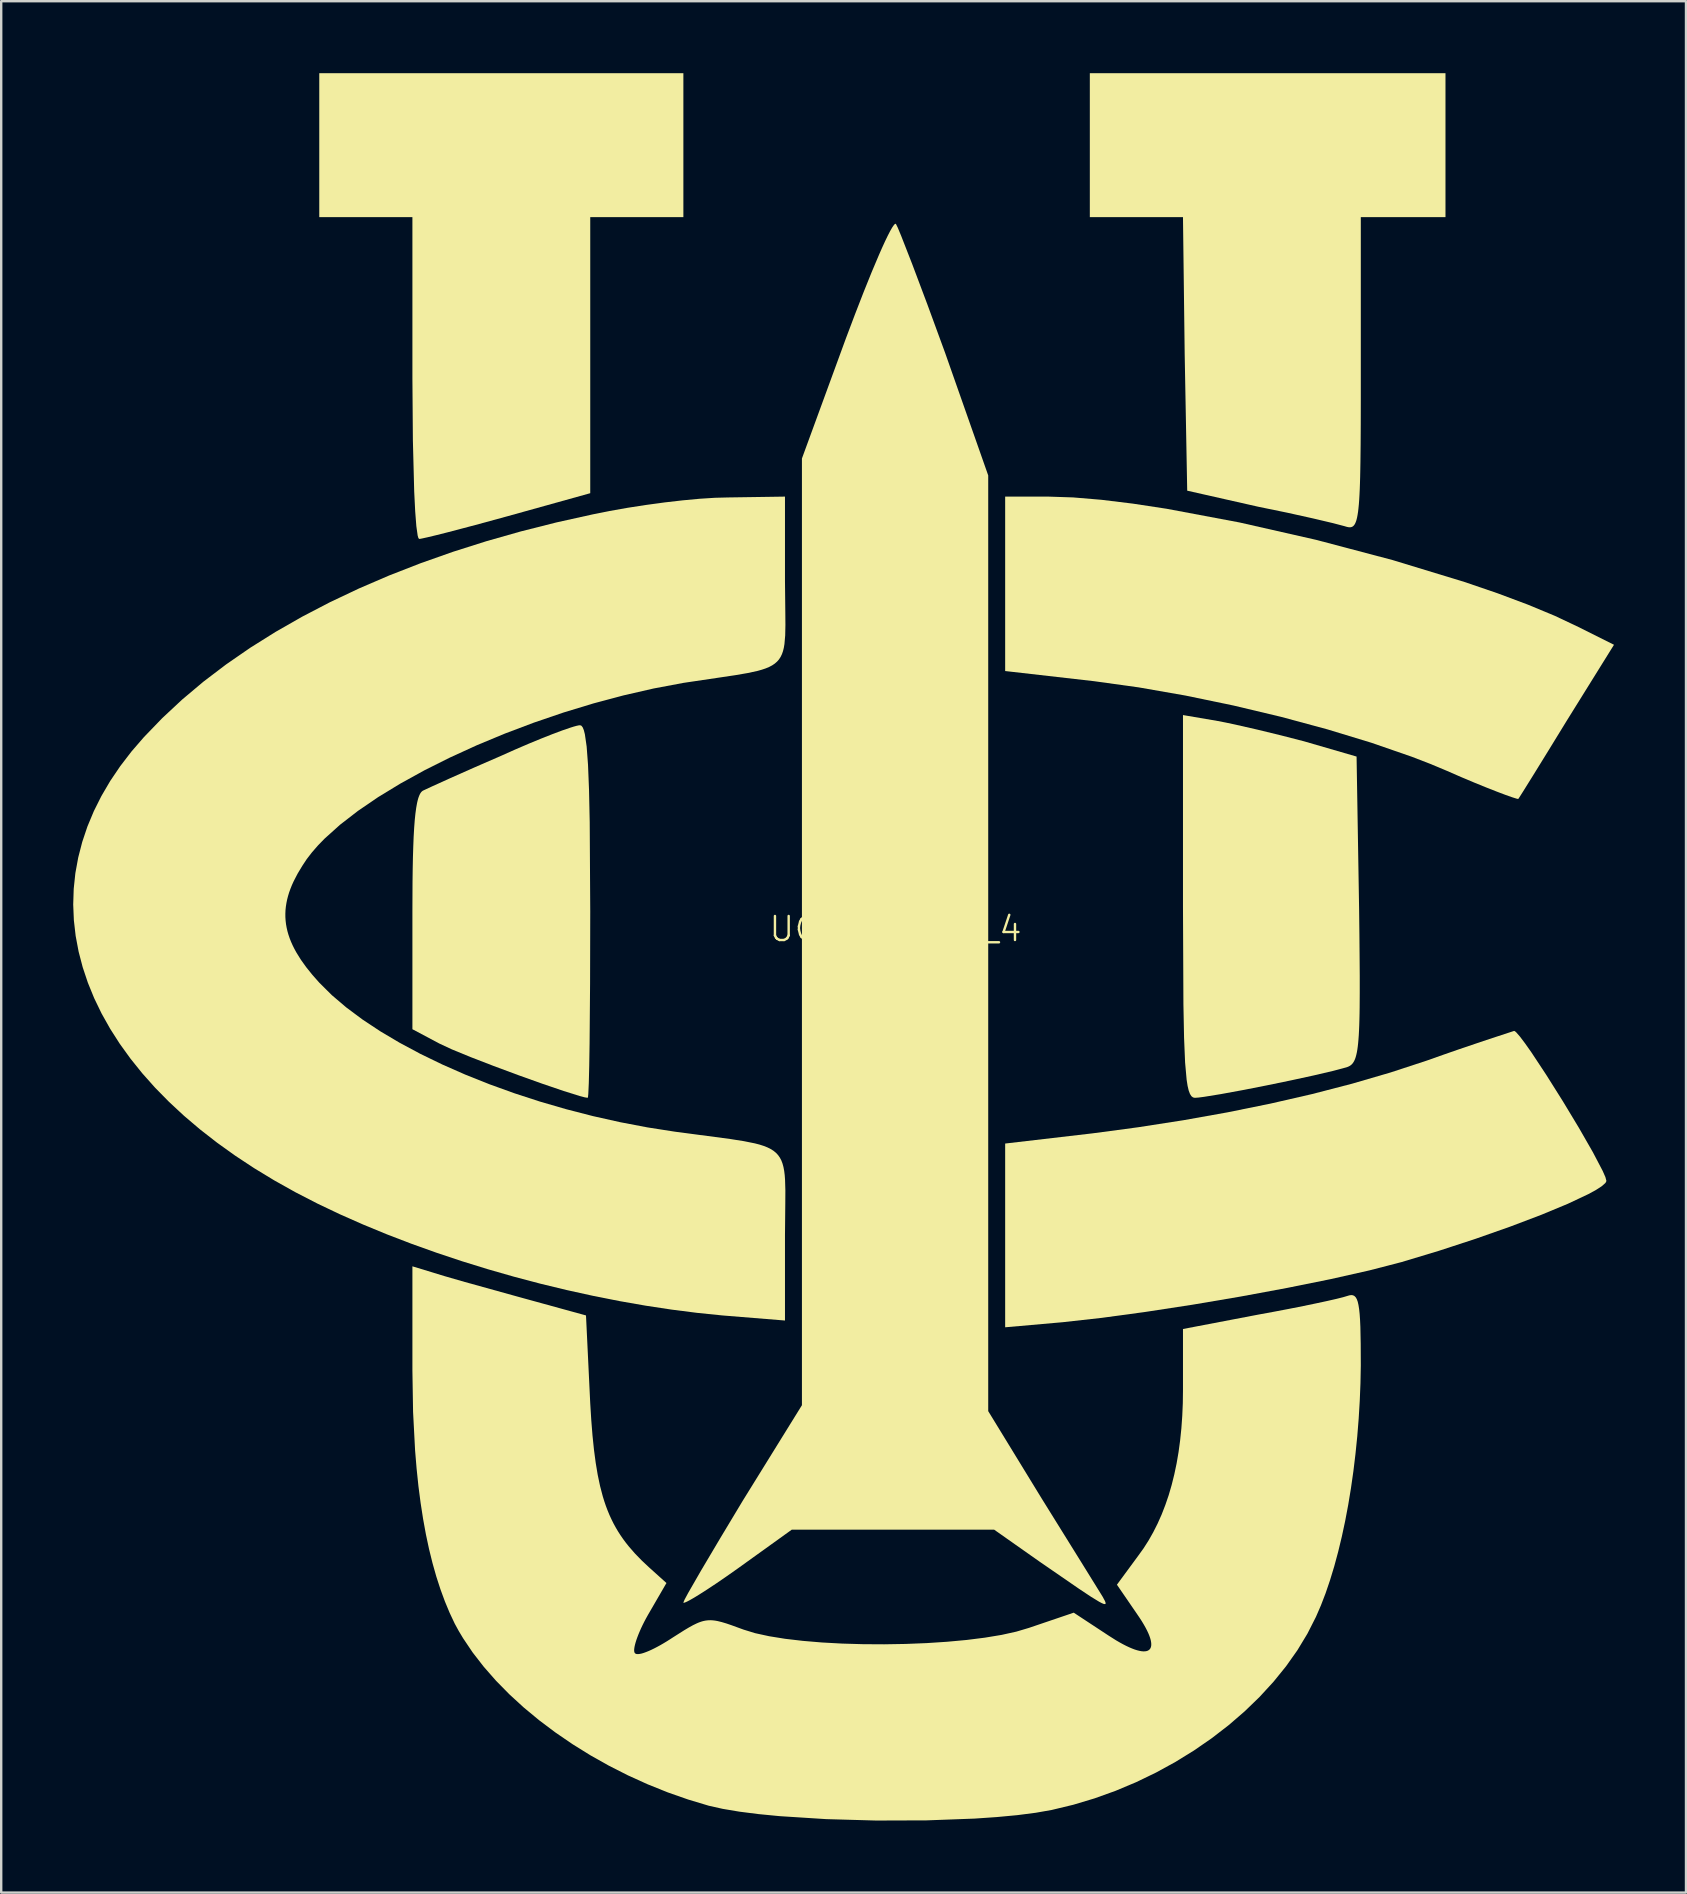
<source format=kicad_pcb>
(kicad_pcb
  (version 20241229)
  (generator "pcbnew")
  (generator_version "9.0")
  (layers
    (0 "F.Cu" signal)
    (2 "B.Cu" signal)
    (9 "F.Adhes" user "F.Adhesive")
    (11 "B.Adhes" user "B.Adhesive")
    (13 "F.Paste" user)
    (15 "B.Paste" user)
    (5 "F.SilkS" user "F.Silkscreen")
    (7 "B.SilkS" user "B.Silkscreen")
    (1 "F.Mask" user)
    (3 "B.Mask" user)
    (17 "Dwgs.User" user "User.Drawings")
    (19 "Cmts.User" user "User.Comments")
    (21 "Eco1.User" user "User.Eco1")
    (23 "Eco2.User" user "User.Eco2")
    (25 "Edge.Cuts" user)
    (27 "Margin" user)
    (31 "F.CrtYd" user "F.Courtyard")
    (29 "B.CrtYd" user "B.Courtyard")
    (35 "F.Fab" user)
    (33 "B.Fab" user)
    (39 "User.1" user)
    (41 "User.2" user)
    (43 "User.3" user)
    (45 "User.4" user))
  (footprint "UCIRP_Logo_4"
    (layer "F.Cu")
    (at 34.259 36.153)
    (property "Reference" "UCIRP_Logo_4" (at 0 -0.5 0) (unlocked yes) (layer "F.SilkS") (effects (font (size 1 1) (thickness 0.1))))
    (attr smd)
    (fp_poly (pts (xy -8.839 -30.156) (xy -12.719 -30.156) (xy -12.719 -18.656) (xy -16.141 -17.703) (xy -17.504 -17.331) (xy -18.655 -17.028) (xy -19.114 -16.912) (xy -19.475 -16.825) (xy -19.724 -16.77) (xy -19.802 -16.755) (xy -19.846 -16.751) (xy -19.878 -16.786) (xy -19.908 -16.888) (xy -19.964 -17.282) (xy -20.012 -17.904) (xy -20.053 -18.726) (xy -20.108 -20.858) (xy -20.128 -23.453) (xy -20.128 -30.156) (xy -24.008 -30.156) (xy -24.008 -36.153) (xy -8.839 -36.153)) (stroke (width 0) (type solid)) (fill yes) (layer "F.SilkS"))
    (fp_poly (pts (xy 7.399 -18.48) (xy 8.578 -18.381) (xy 9.882 -18.222) (xy 11.29 -18.008) (xy 14.33 -17.437) (xy 17.527 -16.711) (xy 20.709 -15.87) (xy 23.704 -14.957) (xy 25.079 -14.487) (xy 26.342 -14.014) (xy 27.473 -13.544) (xy 28.45 -13.082) (xy 29.931 -12.341) (xy 27.956 -9.166) (xy 27.2 -7.934) (xy 26.567 -6.908) (xy 26.125 -6.199) (xy 25.998 -5.999) (xy 25.945 -5.92) (xy 25.923 -5.92) (xy 25.873 -5.931) (xy 25.69 -5.988) (xy 25.41 -6.087) (xy 25.045 -6.225) (xy 24.608 -6.397) (xy 24.109 -6.6) (xy 23.563 -6.83) (xy 22.982 -7.084) (xy 22.27 -7.382) (xy 21.503 -7.678) (xy 19.825 -8.259) (xy 17.995 -8.816) (xy 16.063 -9.338) (xy 14.076 -9.811) (xy 12.082 -10.225) (xy 10.131 -10.566) (xy 8.271 -10.824) (xy 4.567 -11.247) (xy 4.567 -18.514) (xy 6.366 -18.514)) (stroke (width 0) (type solid)) (fill yes) (layer "F.SilkS"))
    (fp_poly (pts (xy 25.804 3.759) (xy 25.858 3.805) (xy 26.015 3.984) (xy 26.228 4.267) (xy 26.489 4.637) (xy 27.109 5.576) (xy 27.797 6.669) (xy 28.472 7.788) (xy 29.053 8.801) (xy 29.46 9.578) (xy 29.574 9.838) (xy 29.614 9.99) (xy 29.601 10.037) (xy 29.564 10.09) (xy 29.418 10.218) (xy 29.183 10.37) (xy 28.865 10.544) (xy 28.01 10.947) (xy 26.906 11.406) (xy 25.607 11.899) (xy 24.167 12.406) (xy 22.639 12.906) (xy 21.077 13.377) (xy 19.744 13.722) (xy 18.128 14.086) (xy 16.308 14.454) (xy 14.365 14.814) (xy 12.379 15.151) (xy 10.43 15.45) (xy 8.599 15.699) (xy 6.966 15.881) (xy 4.567 16.093) (xy 4.567 8.438) (xy 8.2 8.014) (xy 10.116 7.758) (xy 11.995 7.466) (xy 13.831 7.138) (xy 15.617 6.775) (xy 17.348 6.378) (xy 19.015 5.946) (xy 20.613 5.48) (xy 22.135 4.981) (xy 22.824 4.737) (xy 23.477 4.51) (xy 24.613 4.125) (xy 25.769 3.746)) (stroke (width 0) (type solid)) (fill yes) (layer "F.SilkS"))
    (fp_poly (pts (xy 22.911 -30.156) (xy 19.383 -30.156) (xy 19.383 -23.594) (xy 19.383 -22.498) (xy 19.381 -21.532) (xy 19.376 -20.688) (xy 19.368 -19.959) (xy 19.362 -19.634) (xy 19.356 -19.336) (xy 19.348 -19.062) (xy 19.339 -18.812) (xy 19.328 -18.585) (xy 19.316 -18.379) (xy 19.302 -18.194) (xy 19.286 -18.029) (xy 19.269 -17.883) (xy 19.249 -17.755) (xy 19.228 -17.643) (xy 19.216 -17.594) (xy 19.204 -17.548) (xy 19.192 -17.505) (xy 19.178 -17.467) (xy 19.164 -17.432) (xy 19.15 -17.4) (xy 19.135 -17.371) (xy 19.119 -17.346) (xy 19.103 -17.324) (xy 19.086 -17.304) (xy 19.068 -17.287) (xy 19.05 -17.273) (xy 19.031 -17.261) (xy 19.011 -17.252) (xy 18.99 -17.245) (xy 18.969 -17.24) (xy 18.947 -17.237) (xy 18.924 -17.236) (xy 18.901 -17.236) (xy 18.876 -17.239) (xy 18.825 -17.248) (xy 18.771 -17.262) (xy 18.713 -17.28) (xy 18.23 -17.407) (xy 17.39 -17.606) (xy 16.312 -17.845) (xy 15.115 -18.091) (xy 12.151 -18.761) (xy 12.046 -24.441) (xy 11.975 -30.156) (xy 8.094 -30.156) (xy 8.094 -36.153) (xy 22.911 -36.153)) (stroke (width 0) (type solid)) (fill yes) (layer "F.SilkS"))
    (fp_poly (pts (xy 0.016 -29.874) (xy 0.092 -29.719) (xy 0.236 -29.373) (xy 0.695 -28.198) (xy 1.326 -26.52) (xy 2.062 -24.512) (xy 3.861 -19.396) (xy 3.861 19.586) (xy 6.084 23.219) (xy 7.75 25.9) (xy 8.624 27.311) (xy 8.726 27.5) (xy 8.749 27.564) (xy 8.751 27.606) (xy 8.743 27.619) (xy 8.729 27.625) (xy 8.678 27.62) (xy 8.597 27.587) (xy 8.483 27.527) (xy 8.141 27.318) (xy 7.631 26.979) (xy 6.013 25.865) (xy 4.108 24.524) (xy -4.323 24.524) (xy -6.581 26.147) (xy -7.033 26.465) (xy -7.455 26.755) (xy -7.838 27.009) (xy -8.173 27.223) (xy -8.319 27.313) (xy -8.45 27.391) (xy -8.564 27.456) (xy -8.66 27.507) (xy -8.736 27.543) (xy -8.793 27.564) (xy -8.813 27.569) (xy -8.827 27.57) (xy -8.836 27.566) (xy -8.839 27.558) (xy -8.788 27.437) (xy -8.642 27.165) (xy -8.107 26.235) (xy -7.321 24.909) (xy -6.369 23.325) (xy -3.9 19.339) (xy -3.9 -20.102) (xy -2.066 -25.111) (xy -1.688 -26.112) (xy -1.329 -27.036) (xy -0.995 -27.865) (xy -0.694 -28.577) (xy -0.559 -28.884) (xy -0.435 -29.155) (xy -0.323 -29.386) (xy -0.225 -29.576) (xy -0.141 -29.723) (xy -0.072 -29.823) (xy -0.044 -29.855) (xy -0.02 -29.874) (xy 0.000354 -29.88)) (stroke (width 0) (type solid)) (fill yes) (layer "F.SilkS"))
    (fp_poly (pts (xy -13.086 -8.968) (xy -13.033 -8.9) (xy -12.986 -8.784) (xy -12.943 -8.615) (xy -12.869 -8.106) (xy -12.812 -7.345) (xy -12.77 -6.304) (xy -12.741 -4.956) (xy -12.719 -1.228) (xy -12.726 1.785) (xy -12.746 4.253) (xy -12.761 5.203) (xy -12.779 5.92) (xy -12.8 6.374) (xy -12.812 6.493) (xy -12.825 6.533) (xy -12.948 6.513) (xy -13.164 6.456) (xy -13.825 6.249) (xy -14.707 5.949) (xy -15.714 5.589) (xy -16.745 5.206) (xy -17.702 4.836) (xy -18.486 4.514) (xy -18.999 4.275) (xy -20.128 3.675) (xy -20.128 -1.193) (xy -20.123 -2.439) (xy -20.116 -2.986) (xy -20.106 -3.485) (xy -20.092 -3.937) (xy -20.076 -4.344) (xy -20.055 -4.708) (xy -20.031 -5.03) (xy -20.002 -5.31) (xy -19.969 -5.552) (xy -19.932 -5.757) (xy -19.911 -5.846) (xy -19.89 -5.926) (xy -19.867 -5.997) (xy -19.842 -6.06) (xy -19.817 -6.115) (xy -19.79 -6.162) (xy -19.762 -6.201) (xy -19.732 -6.232) (xy -19.702 -6.256) (xy -19.669 -6.273) (xy -19.291 -6.449) (xy -18.549 -6.785) (xy -17.556 -7.226) (xy -16.424 -7.719) (xy -15.847 -7.977) (xy -15.291 -8.216) (xy -14.769 -8.431) (xy -14.294 -8.619) (xy -13.88 -8.774) (xy -13.541 -8.89) (xy -13.404 -8.933) (xy -13.291 -8.964) (xy -13.203 -8.983) (xy -13.143 -8.989)) (stroke (width 0) (type solid)) (fill yes) (layer "F.SilkS"))
    (fp_poly (pts (xy 13.421 -9.166) (xy 13.75 -9.102) (xy 14.142 -9.019) (xy 15.062 -8.809) (xy 16.061 -8.566) (xy 17.02 -8.319) (xy 19.207 -7.684) (xy 19.313 -1.299) (xy 19.325 -0.268) (xy 19.333 0.647) (xy 19.339 1.453) (xy 19.339 2.157) (xy 19.335 2.767) (xy 19.331 3.038) (xy 19.325 3.289) (xy 19.318 3.519) (xy 19.309 3.73) (xy 19.299 3.923) (xy 19.286 4.099) (xy 19.272 4.258) (xy 19.256 4.401) (xy 19.238 4.529) (xy 19.218 4.644) (xy 19.195 4.746) (xy 19.171 4.835) (xy 19.144 4.914) (xy 19.129 4.949) (xy 19.114 4.982) (xy 19.099 5.012) (xy 19.082 5.04) (xy 19.066 5.066) (xy 19.048 5.091) (xy 19.03 5.113) (xy 19.011 5.133) (xy 18.992 5.152) (xy 18.971 5.169) (xy 18.95 5.185) (xy 18.929 5.199) (xy 18.883 5.224) (xy 18.835 5.245) (xy 18.784 5.263) (xy 18.242 5.408) (xy 17.445 5.595) (xy 16.485 5.804) (xy 15.454 6.017) (xy 14.445 6.215) (xy 13.55 6.379) (xy 12.86 6.491) (xy 12.622 6.522) (xy 12.469 6.533) (xy 12.394 6.517) (xy 12.326 6.465) (xy 12.266 6.371) (xy 12.213 6.23) (xy 12.167 6.034) (xy 12.127 5.777) (xy 12.063 5.06) (xy 12.02 4.028) (xy 11.993 2.633) (xy 11.975 -1.44) (xy 11.975 -9.413)) (stroke (width 0) (type solid)) (fill yes) (layer "F.SilkS"))
    (fp_poly (pts (xy -4.606 -14.987) (xy -4.592 -13.68) (xy -4.588 -13.166) (xy -4.597 -12.733) (xy -4.628 -12.372) (xy -4.654 -12.216) (xy -4.689 -12.075) (xy -4.734 -11.948) (xy -4.789 -11.834) (xy -4.856 -11.731) (xy -4.936 -11.64) (xy -5.03 -11.558) (xy -5.139 -11.484) (xy -5.264 -11.418) (xy -5.407 -11.358) (xy -5.567 -11.304) (xy -5.747 -11.253) (xy -6.168 -11.162) (xy -6.68 -11.074) (xy -7.29 -10.983) (xy -8.839 -10.753) (xy -10.079 -10.52) (xy -11.331 -10.233) (xy -12.586 -9.898) (xy -13.835 -9.518) (xy -15.066 -9.098) (xy -16.271 -8.643) (xy -17.44 -8.157) (xy -18.562 -7.644) (xy -19.629 -7.11) (xy -20.63 -6.558) (xy -21.556 -5.994) (xy -22.397 -5.42) (xy -23.143 -4.843) (xy -23.784 -4.267) (xy -24.063 -3.98) (xy -24.311 -3.695) (xy -24.529 -3.413) (xy -24.714 -3.133) (xy -24.91 -2.807) (xy -25.074 -2.49) (xy -25.145 -2.334) (xy -25.207 -2.18) (xy -25.262 -2.028) (xy -25.308 -1.877) (xy -25.347 -1.727) (xy -25.377 -1.578) (xy -25.4 -1.43) (xy -25.415 -1.283) (xy -25.421 -1.136) (xy -25.42 -0.99) (xy -25.41 -0.845) (xy -25.393 -0.699) (xy -25.367 -0.554) (xy -25.334 -0.408) (xy -25.292 -0.262) (xy -25.242 -0.115) (xy -25.184 0.032) (xy -25.118 0.18) (xy -25.044 0.328) (xy -24.962 0.478) (xy -24.773 0.782) (xy -24.551 1.092) (xy -24.296 1.409) (xy -24.008 1.735) (xy -23.485 2.255) (xy -22.883 2.767) (xy -22.208 3.27) (xy -21.465 3.762) (xy -20.66 4.239) (xy -19.798 4.701) (xy -18.884 5.144) (xy -17.923 5.567) (xy -16.921 5.967) (xy -15.883 6.342) (xy -14.814 6.69) (xy -13.719 7.008) (xy -12.605 7.295) (xy -11.475 7.548) (xy -10.336 7.765) (xy -9.192 7.944) (xy -7.526 8.164) (xy -6.869 8.252) (xy -6.317 8.339) (xy -5.861 8.431) (xy -5.667 8.481) (xy -5.493 8.537) (xy -5.338 8.598) (xy -5.202 8.666) (xy -5.083 8.741) (xy -4.98 8.826) (xy -4.893 8.92) (xy -4.819 9.026) (xy -4.757 9.143) (xy -4.708 9.274) (xy -4.669 9.418) (xy -4.639 9.578) (xy -4.617 9.755) (xy -4.603 9.948) (xy -4.59 10.391) (xy -4.593 10.917) (xy -4.606 12.248) (xy -4.606 15.811) (xy -7.216 15.599) (xy -8.265 15.492) (xy -9.331 15.356) (xy -10.412 15.192) (xy -11.503 15.001) (xy -12.601 14.783) (xy -13.702 14.541) (xy -14.802 14.275) (xy -15.899 13.985) (xy -16.987 13.673) (xy -18.064 13.34) (xy -19.126 12.986) (xy -20.169 12.613) (xy -21.19 12.221) (xy -22.184 11.811) (xy -23.148 11.385) (xy -24.079 10.942) (xy -25.001 10.467) (xy -25.881 9.974) (xy -26.719 9.465) (xy -27.515 8.94) (xy -28.268 8.4) (xy -28.979 7.846) (xy -29.646 7.279) (xy -30.269 6.7) (xy -30.849 6.11) (xy -31.384 5.509) (xy -31.874 4.899) (xy -32.32 4.281) (xy -32.721 3.654) (xy -33.076 3.022) (xy -33.385 2.383) (xy -33.648 1.739) (xy -33.864 1.092) (xy -34.034 0.441) (xy -34.157 -0.212) (xy -34.232 -0.866) (xy -34.259 -1.521) (xy -34.238 -2.175) (xy -34.169 -2.828) (xy -34.05 -3.479) (xy -33.883 -4.126) (xy -33.667 -4.77) (xy -33.4 -5.409) (xy -33.084 -6.041) (xy -32.717 -6.667) (xy -32.299 -7.285) (xy -31.831 -7.895) (xy -31.311 -8.496) (xy -30.545 -9.29) (xy -29.719 -10.06) (xy -28.833 -10.805) (xy -27.888 -11.523) (xy -26.888 -12.214) (xy -25.832 -12.876) (xy -24.723 -13.51) (xy -23.563 -14.114) (xy -22.353 -14.687) (xy -21.094 -15.229) (xy -19.788 -15.738) (xy -18.437 -16.215) (xy -17.043 -16.657) (xy -15.606 -17.065) (xy -14.129 -17.438) (xy -12.614 -17.774) (xy -11.909 -17.915) (xy -11.161 -18.048) (xy -10.39 -18.167) (xy -9.619 -18.272) (xy -8.87 -18.358) (xy -8.164 -18.424) (xy -7.523 -18.465) (xy -6.969 -18.479) (xy -4.606 -18.514)) (stroke (width 0) (type solid)) (fill yes) (layer "F.SilkS"))
    (fp_poly (pts (xy -19.316 13.8) (xy -18.794 13.96) (xy -17.941 14.206) (xy -15.718 14.823) (xy -12.896 15.599) (xy -12.719 19.268) (xy -12.676 19.961) (xy -12.625 20.601) (xy -12.564 21.192) (xy -12.492 21.736) (xy -12.408 22.24) (xy -12.31 22.705) (xy -12.197 23.136) (xy -12.134 23.34) (xy -12.067 23.537) (xy -11.995 23.727) (xy -11.919 23.911) (xy -11.837 24.089) (xy -11.751 24.263) (xy -11.659 24.431) (xy -11.562 24.596) (xy -11.459 24.756) (xy -11.35 24.914) (xy -11.236 25.068) (xy -11.115 25.22) (xy -10.854 25.52) (xy -10.566 25.816) (xy -10.25 26.112) (xy -9.544 26.747) (xy -10.321 28.087) (xy -10.398 28.226) (xy -10.471 28.364) (xy -10.539 28.5) (xy -10.602 28.633) (xy -10.659 28.763) (xy -10.711 28.887) (xy -10.757 29.007) (xy -10.797 29.119) (xy -10.83 29.225) (xy -10.856 29.322) (xy -10.875 29.409) (xy -10.886 29.486) (xy -10.889 29.521) (xy -10.89 29.553) (xy -10.888 29.581) (xy -10.885 29.607) (xy -10.879 29.629) (xy -10.872 29.648) (xy -10.862 29.663) (xy -10.85 29.675) (xy -10.835 29.687) (xy -10.817 29.696) (xy -10.796 29.703) (xy -10.771 29.707) (xy -10.714 29.708) (xy -10.646 29.699) (xy -10.568 29.682) (xy -10.481 29.655) (xy -10.385 29.62) (xy -10.281 29.578) (xy -10.17 29.528) (xy -10.053 29.471) (xy -9.93 29.407) (xy -9.803 29.338) (xy -9.672 29.262) (xy -9.537 29.181) (xy -9.401 29.095) (xy -9.262 29.005) (xy -8.804 28.715) (xy -8.611 28.6) (xy -8.438 28.504) (xy -8.279 28.427) (xy -8.204 28.395) (xy -8.131 28.368) (xy -8.06 28.345) (xy -7.99 28.327) (xy -7.92 28.313) (xy -7.851 28.304) (xy -7.781 28.298) (xy -7.711 28.297) (xy -7.639 28.3) (xy -7.564 28.307) (xy -7.488 28.318) (xy -7.408 28.333) (xy -7.238 28.375) (xy -7.05 28.431) (xy -6.839 28.503) (xy -6.334 28.687) (xy -5.85 28.836) (xy -5.268 28.963) (xy -4.6 29.071) (xy -3.861 29.157) (xy -3.065 29.224) (xy -2.225 29.27) (xy -1.355 29.295) (xy -0.469 29.3) (xy 0.419 29.285) (xy 1.297 29.25) (xy 2.149 29.194) (xy 2.963 29.119) (xy 3.724 29.023) (xy 4.419 28.908) (xy 5.033 28.772) (xy 5.554 28.617) (xy 7.424 27.982) (xy 8.871 28.934) (xy 9.187 29.134) (xy 9.335 29.22) (xy 9.475 29.297) (xy 9.608 29.365) (xy 9.733 29.424) (xy 9.851 29.474) (xy 9.961 29.516) (xy 10.063 29.548) (xy 10.158 29.572) (xy 10.244 29.588) (xy 10.323 29.595) (xy 10.393 29.593) (xy 10.456 29.583) (xy 10.51 29.565) (xy 10.555 29.538) (xy 10.592 29.504) (xy 10.621 29.461) (xy 10.641 29.41) (xy 10.652 29.351) (xy 10.654 29.285) (xy 10.647 29.21) (xy 10.632 29.128) (xy 10.607 29.038) (xy 10.573 28.941) (xy 10.53 28.836) (xy 10.477 28.724) (xy 10.415 28.604) (xy 10.343 28.477) (xy 10.262 28.342) (xy 10.171 28.201) (xy 10.07 28.052) (xy 9.223 26.817) (xy 10.105 25.618) (xy 10.33 25.306) (xy 10.54 24.977) (xy 10.736 24.631) (xy 10.918 24.27) (xy 11.086 23.892) (xy 11.239 23.498) (xy 11.379 23.089) (xy 11.503 22.664) (xy 11.613 22.222) (xy 11.709 21.766) (xy 11.79 21.294) (xy 11.856 20.806) (xy 11.908 20.303) (xy 11.945 19.785) (xy 11.968 19.252) (xy 11.975 18.704) (xy 11.975 16.164) (xy 15.115 15.564) (xy 15.769 15.444) (xy 16.398 15.324) (xy 16.987 15.207) (xy 17.522 15.096) (xy 17.988 14.996) (xy 18.369 14.909) (xy 18.651 14.838) (xy 18.819 14.788) (xy 18.907 14.762) (xy 18.985 14.751) (xy 19.054 14.759) (xy 19.115 14.788) (xy 19.169 14.841) (xy 19.215 14.919) (xy 19.254 15.025) (xy 19.286 15.163) (xy 19.313 15.334) (xy 19.335 15.541) (xy 19.352 15.786) (xy 19.365 16.073) (xy 19.379 16.779) (xy 19.383 17.681) (xy 19.369 18.423) (xy 19.339 19.165) (xy 19.294 19.906) (xy 19.235 20.642) (xy 19.161 21.371) (xy 19.074 22.09) (xy 18.973 22.797) (xy 18.859 23.488) (xy 18.732 24.162) (xy 18.592 24.815) (xy 18.44 25.445) (xy 18.277 26.05) (xy 18.102 26.626) (xy 17.917 27.171) (xy 17.72 27.683) (xy 17.514 28.158) (xy 17.158 28.859) (xy 16.743 29.545) (xy 16.27 30.214) (xy 15.744 30.863) (xy 15.168 31.49) (xy 14.546 32.092) (xy 13.88 32.667) (xy 13.174 33.212) (xy 12.433 33.724) (xy 11.658 34.202) (xy 10.853 34.643) (xy 10.023 35.044) (xy 9.169 35.403) (xy 8.297 35.717) (xy 7.408 35.984) (xy 6.507 36.201) (xy 5.842 36.318) (xy 5.076 36.417) (xy 4.222 36.497) (xy 3.297 36.561) (xy 1.295 36.635) (xy -0.809 36.642) (xy -2.891 36.583) (xy -4.829 36.459) (xy -5.705 36.374) (xy -6.5 36.273) (xy -7.196 36.156) (xy -7.781 36.025) (xy -8.642 35.766) (xy -9.493 35.468) (xy -10.328 35.132) (xy -11.146 34.761) (xy -11.942 34.357) (xy -12.714 33.923) (xy -13.457 33.461) (xy -14.17 32.973) (xy -14.849 32.463) (xy -15.49 31.932) (xy -16.09 31.382) (xy -16.646 30.816) (xy -17.154 30.237) (xy -17.613 29.646) (xy -18.017 29.046) (xy -18.198 28.744) (xy -18.364 28.44) (xy -18.576 27.99) (xy -18.774 27.514) (xy -18.959 27.01) (xy -19.131 26.48) (xy -19.289 25.921) (xy -19.434 25.335) (xy -19.565 24.721) (xy -19.682 24.079) (xy -19.786 23.408) (xy -19.877 22.709) (xy -19.953 21.98) (xy -20.016 21.222) (xy -20.1 19.617) (xy -20.128 17.892) (xy -20.128 13.553)) (stroke (width 0) (type solid)) (fill yes) (layer "F.SilkS")))
  (gr_rect
    (start -3 -3)
    (end 67.19 75.796)
    (stroke (width 0.1) (type default))
    (fill no)
    (layer "Edge.Cuts")))
</source>
